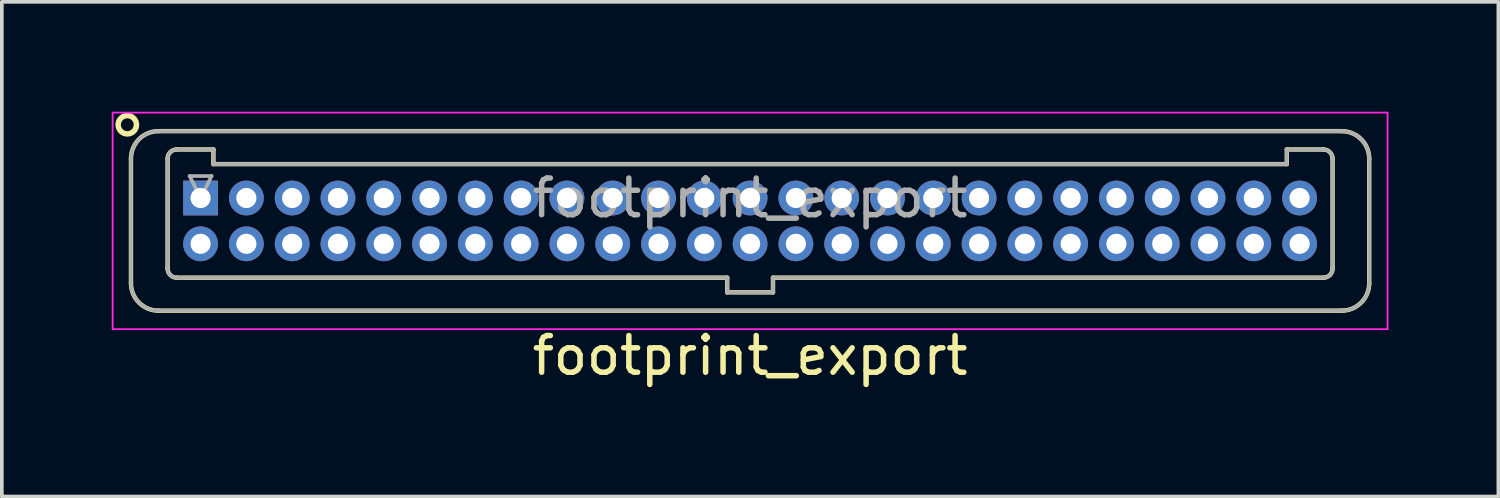
<source format=kicad_pcb>
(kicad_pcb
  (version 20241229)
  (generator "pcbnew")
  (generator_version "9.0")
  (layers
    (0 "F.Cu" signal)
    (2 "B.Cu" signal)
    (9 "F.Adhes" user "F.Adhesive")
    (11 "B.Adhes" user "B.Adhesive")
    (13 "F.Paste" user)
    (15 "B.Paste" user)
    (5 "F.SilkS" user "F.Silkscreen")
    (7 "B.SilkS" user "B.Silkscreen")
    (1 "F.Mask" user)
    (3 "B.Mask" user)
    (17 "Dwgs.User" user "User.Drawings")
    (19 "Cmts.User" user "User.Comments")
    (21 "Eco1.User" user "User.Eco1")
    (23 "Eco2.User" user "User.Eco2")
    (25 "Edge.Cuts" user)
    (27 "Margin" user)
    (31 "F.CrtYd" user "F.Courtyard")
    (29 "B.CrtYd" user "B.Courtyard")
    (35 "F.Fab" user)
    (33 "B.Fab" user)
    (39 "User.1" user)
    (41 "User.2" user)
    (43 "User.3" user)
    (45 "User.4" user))
  (footprint "footprint_export"
    (layer "F.Cu")
    (at 2.425 2.355)
    (property "Reference" "footprint_export" (at 15 4.3 0) (layer "F.SilkS") (effects (font (size 1 1) (thickness 0.15))))
    (attr through_hole)
    (fp_line (start -1.9 -1.075) (end -1.9 2.325) (stroke (width 0.12) (type solid)) (layer "F.SilkS"))
    (fp_line (start -1.15 -1.825) (end 31.15 -1.825) (stroke (width 0.12) (type solid)) (layer "F.SilkS"))
    (fp_line (start -1.15 3.075) (end 31.15 3.075) (stroke (width 0.12) (type solid)) (layer "F.SilkS"))
    (fp_line (start -0.9 -1.075) (end -0.9 1.925) (stroke (width 0.12) (type solid)) (layer "F.SilkS"))
    (fp_line (start -0.65 -1.325) (end 0.35 -1.325) (stroke (width 0.12) (type solid)) (layer "F.SilkS"))
    (fp_line (start -0.65 2.175) (end 14.375 2.175) (stroke (width 0.12) (type solid)) (layer "F.SilkS"))
    (fp_line (start 0.35 -1.325) (end 0.35 -0.925) (stroke (width 0.12) (type solid)) (layer "F.SilkS"))
    (fp_line (start 0.35 -0.925) (end 29.65 -0.925) (stroke (width 0.12) (type solid)) (layer "F.SilkS"))
    (fp_line (start 14.375 2.175) (end 14.375 2.575) (stroke (width 0.12) (type solid)) (layer "F.SilkS"))
    (fp_line (start 14.375 2.575) (end 15.625 2.575) (stroke (width 0.12) (type solid)) (layer "F.SilkS"))
    (fp_line (start 15.625 2.175) (end 30.65 2.175) (stroke (width 0.12) (type solid)) (layer "F.SilkS"))
    (fp_line (start 15.625 2.575) (end 15.625 2.175) (stroke (width 0.12) (type solid)) (layer "F.SilkS"))
    (fp_line (start 29.65 -1.325) (end 30.65 -1.325) (stroke (width 0.12) (type solid)) (layer "F.SilkS"))
    (fp_line (start 29.65 -0.925) (end 29.65 -1.325) (stroke (width 0.12) (type solid)) (layer "F.SilkS"))
    (fp_line (start 30.9 -1.075) (end 30.9 1.925) (stroke (width 0.12) (type solid)) (layer "F.SilkS"))
    (fp_line (start 31.9 -1.075) (end 31.9 2.325) (stroke (width 0.12) (type solid)) (layer "F.SilkS"))
    (fp_arc (start -1.9 -1.075) (mid -1.68033 -1.60533) (end -1.15 -1.825) (stroke (width 0.12) (type solid)) (layer "F.SilkS"))
    (fp_arc (start -1.15 3.075) (mid -1.68033 2.85533) (end -1.9 2.325) (stroke (width 0.12) (type solid)) (layer "F.SilkS"))
    (fp_arc (start -0.9 -1.075) (mid -0.826777 -1.251777) (end -0.65 -1.325) (stroke (width 0.12) (type solid)) (layer "F.SilkS"))
    (fp_arc (start -0.65 2.175) (mid -0.826777 2.101777) (end -0.9 1.925) (stroke (width 0.12) (type solid)) (layer "F.SilkS"))
    (fp_arc (start 30.65 -1.325) (mid 30.826777 -1.251777) (end 30.9 -1.075) (stroke (width 0.12) (type solid)) (layer "F.SilkS"))
    (fp_arc (start 30.9 1.925) (mid 30.826777 2.101777) (end 30.65 2.175) (stroke (width 0.12) (type solid)) (layer "F.SilkS"))
    (fp_arc (start 31.15 -1.825) (mid 31.68033 -1.60533) (end 31.9 -1.075) (stroke (width 0.12) (type solid)) (layer "F.SilkS"))
    (fp_arc (start 31.9 2.325) (mid 31.68033 2.85533) (end 31.15 3.075) (stroke (width 0.12) (type solid)) (layer "F.SilkS"))
    (fp_circle (center -2 -2) (end -1.75 -2) (stroke (width 0.15) (type solid)) (fill no) (layer "F.SilkS"))
    (fp_line (start -2.4 -2.33) (end -2.4 3.58) (stroke (width 0.05) (type solid)) (layer "F.CrtYd"))
    (fp_line (start -2.4 3.58) (end 32.4 3.58) (stroke (width 0.05) (type solid)) (layer "F.CrtYd"))
    (fp_line (start 32.4 -2.33) (end -2.4 -2.33) (stroke (width 0.05) (type solid)) (layer "F.CrtYd"))
    (fp_line (start 32.4 3.58) (end 32.4 -2.33) (stroke (width 0.05) (type solid)) (layer "F.CrtYd"))
    (fp_line (start -1.9 -1.075) (end -1.9 2.325) (stroke (width 0.1) (type solid)) (layer "F.Fab"))
    (fp_line (start -1.15 -1.825) (end 31.15 -1.825) (stroke (width 0.1) (type solid)) (layer "F.Fab"))
    (fp_line (start -1.15 3.075) (end 31.15 3.075) (stroke (width 0.1) (type solid)) (layer "F.Fab"))
    (fp_line (start -0.9 -1.075) (end -0.9 1.925) (stroke (width 0.1) (type solid)) (layer "F.Fab"))
    (fp_line (start -0.65 -1.325) (end 0.35 -1.325) (stroke (width 0.1) (type solid)) (layer "F.Fab"))
    (fp_line (start -0.65 2.175) (end 14.375 2.175) (stroke (width 0.1) (type solid)) (layer "F.Fab"))
    (fp_line (start -0.3 -0.6) (end 0.3 -0.6) (stroke (width 0.1) (type solid)) (layer "F.Fab"))
    (fp_line (start 0 0) (end -0.3 -0.6) (stroke (width 0.1) (type solid)) (layer "F.Fab"))
    (fp_line (start 0.3 -0.6) (end 0 0) (stroke (width 0.1) (type solid)) (layer "F.Fab"))
    (fp_line (start 0.35 -1.325) (end 0.35 -0.925) (stroke (width 0.1) (type solid)) (layer "F.Fab"))
    (fp_line (start 0.35 -0.925) (end 29.65 -0.925) (stroke (width 0.1) (type solid)) (layer "F.Fab"))
    (fp_line (start 14.375 2.175) (end 14.375 2.575) (stroke (width 0.1) (type solid)) (layer "F.Fab"))
    (fp_line (start 14.375 2.575) (end 15.625 2.575) (stroke (width 0.1) (type solid)) (layer "F.Fab"))
    (fp_line (start 15.625 2.175) (end 30.65 2.175) (stroke (width 0.1) (type solid)) (layer "F.Fab"))
    (fp_line (start 15.625 2.575) (end 15.625 2.175) (stroke (width 0.1) (type solid)) (layer "F.Fab"))
    (fp_line (start 29.65 -1.325) (end 30.65 -1.325) (stroke (width 0.1) (type solid)) (layer "F.Fab"))
    (fp_line (start 29.65 -0.925) (end 29.65 -1.325) (stroke (width 0.1) (type solid)) (layer "F.Fab"))
    (fp_line (start 30.9 -1.075) (end 30.9 1.925) (stroke (width 0.1) (type solid)) (layer "F.Fab"))
    (fp_line (start 31.9 -1.075) (end 31.9 2.325) (stroke (width 0.1) (type solid)) (layer "F.Fab"))
    (fp_arc (start -1.9 -1.075) (mid -1.68033 -1.60533) (end -1.15 -1.825) (stroke (width 0.1) (type solid)) (layer "F.Fab"))
    (fp_arc (start -1.15 3.075) (mid -1.68033 2.85533) (end -1.9 2.325) (stroke (width 0.1) (type solid)) (layer "F.Fab"))
    (fp_arc (start -0.9 -1.075) (mid -0.826777 -1.251777) (end -0.65 -1.325) (stroke (width 0.1) (type solid)) (layer "F.Fab"))
    (fp_arc (start -0.65 2.175) (mid -0.826777 2.101777) (end -0.9 1.925) (stroke (width 0.1) (type solid)) (layer "F.Fab"))
    (fp_arc (start 30.65 -1.325) (mid 30.826777 -1.251777) (end 30.9 -1.075) (stroke (width 0.1) (type solid)) (layer "F.Fab"))
    (fp_arc (start 30.9 1.925) (mid 30.826777 2.101777) (end 30.65 2.175) (stroke (width 0.1) (type solid)) (layer "F.Fab"))
    (fp_arc (start 31.15 -1.825) (mid 31.68033 -1.60533) (end 31.9 -1.075) (stroke (width 0.1) (type solid)) (layer "F.Fab"))
    (fp_arc (start 31.9 2.325) (mid 31.68033 2.85533) (end 31.15 3.075) (stroke (width 0.1) (type solid)) (layer "F.Fab"))
    (fp_text user "${REFERENCE}" (at 15 0 0) (layer "F.Fab") (effects (font (size 1 1) (thickness 0.15))))
    (pad "1" thru_hole rect (at 0 0) (size 0.95 0.95) (drill 0.55) (layers "*.Cu" "*.Mask"))
    (pad "2" thru_hole circle (at 0 1.25) (size 0.95 0.95) (drill 0.55) (layers "*.Cu" "*.Mask"))
    (pad "3" thru_hole circle (at 1.25 0) (size 0.95 0.95) (drill 0.55) (layers "*.Cu" "*.Mask"))
    (pad "4" thru_hole circle (at 1.25 1.25) (size 0.95 0.95) (drill 0.55) (layers "*.Cu" "*.Mask"))
    (pad "5" thru_hole circle (at 2.5 0) (size 0.95 0.95) (drill 0.55) (layers "*.Cu" "*.Mask"))
    (pad "6" thru_hole circle (at 2.5 1.25) (size 0.95 0.95) (drill 0.55) (layers "*.Cu" "*.Mask"))
    (pad "7" thru_hole circle (at 3.75 0) (size 0.95 0.95) (drill 0.55) (layers "*.Cu" "*.Mask"))
    (pad "8" thru_hole circle (at 3.75 1.25) (size 0.95 0.95) (drill 0.55) (layers "*.Cu" "*.Mask"))
    (pad "9" thru_hole circle (at 5 0) (size 0.95 0.95) (drill 0.55) (layers "*.Cu" "*.Mask"))
    (pad "10" thru_hole circle (at 5 1.25) (size 0.95 0.95) (drill 0.55) (layers "*.Cu" "*.Mask"))
    (pad "11" thru_hole circle (at 6.25 0) (size 0.95 0.95) (drill 0.55) (layers "*.Cu" "*.Mask"))
    (pad "12" thru_hole circle (at 6.25 1.25) (size 0.95 0.95) (drill 0.55) (layers "*.Cu" "*.Mask"))
    (pad "13" thru_hole circle (at 7.5 0) (size 0.95 0.95) (drill 0.55) (layers "*.Cu" "*.Mask"))
    (pad "14" thru_hole circle (at 7.5 1.25) (size 0.95 0.95) (drill 0.55) (layers "*.Cu" "*.Mask"))
    (pad "15" thru_hole circle (at 8.75 0) (size 0.95 0.95) (drill 0.55) (layers "*.Cu" "*.Mask"))
    (pad "16" thru_hole circle (at 8.75 1.25) (size 0.95 0.95) (drill 0.55) (layers "*.Cu" "*.Mask"))
    (pad "17" thru_hole circle (at 10 0) (size 0.95 0.95) (drill 0.55) (layers "*.Cu" "*.Mask"))
    (pad "18" thru_hole circle (at 10 1.25) (size 0.95 0.95) (drill 0.55) (layers "*.Cu" "*.Mask"))
    (pad "19" thru_hole circle (at 11.25 0) (size 0.95 0.95) (drill 0.55) (layers "*.Cu" "*.Mask"))
    (pad "20" thru_hole circle (at 11.25 1.25) (size 0.95 0.95) (drill 0.55) (layers "*.Cu" "*.Mask"))
    (pad "21" thru_hole circle (at 12.5 0) (size 0.95 0.95) (drill 0.55) (layers "*.Cu" "*.Mask"))
    (pad "22" thru_hole circle (at 12.5 1.25) (size 0.95 0.95) (drill 0.55) (layers "*.Cu" "*.Mask"))
    (pad "23" thru_hole circle (at 13.75 0) (size 0.95 0.95) (drill 0.55) (layers "*.Cu" "*.Mask"))
    (pad "24" thru_hole circle (at 13.75 1.25) (size 0.95 0.95) (drill 0.55) (layers "*.Cu" "*.Mask"))
    (pad "25" thru_hole circle (at 15 0) (size 0.95 0.95) (drill 0.55) (layers "*.Cu" "*.Mask"))
    (pad "26" thru_hole circle (at 15 1.25) (size 0.95 0.95) (drill 0.55) (layers "*.Cu" "*.Mask"))
    (pad "27" thru_hole circle (at 16.25 0) (size 0.95 0.95) (drill 0.55) (layers "*.Cu" "*.Mask"))
    (pad "28" thru_hole circle (at 16.25 1.25) (size 0.95 0.95) (drill 0.55) (layers "*.Cu" "*.Mask"))
    (pad "29" thru_hole circle (at 17.5 0) (size 0.95 0.95) (drill 0.55) (layers "*.Cu" "*.Mask"))
    (pad "30" thru_hole circle (at 17.5 1.25) (size 0.95 0.95) (drill 0.55) (layers "*.Cu" "*.Mask"))
    (pad "31" thru_hole circle (at 18.75 0) (size 0.95 0.95) (drill 0.55) (layers "*.Cu" "*.Mask"))
    (pad "32" thru_hole circle (at 18.75 1.25) (size 0.95 0.95) (drill 0.55) (layers "*.Cu" "*.Mask"))
    (pad "33" thru_hole circle (at 20 0) (size 0.95 0.95) (drill 0.55) (layers "*.Cu" "*.Mask"))
    (pad "34" thru_hole circle (at 20 1.25) (size 0.95 0.95) (drill 0.55) (layers "*.Cu" "*.Mask"))
    (pad "35" thru_hole circle (at 21.25 0) (size 0.95 0.95) (drill 0.55) (layers "*.Cu" "*.Mask"))
    (pad "36" thru_hole circle (at 21.25 1.25) (size 0.95 0.95) (drill 0.55) (layers "*.Cu" "*.Mask"))
    (pad "37" thru_hole circle (at 22.5 0) (size 0.95 0.95) (drill 0.55) (layers "*.Cu" "*.Mask"))
    (pad "38" thru_hole circle (at 22.5 1.25) (size 0.95 0.95) (drill 0.55) (layers "*.Cu" "*.Mask"))
    (pad "39" thru_hole circle (at 23.75 0) (size 0.95 0.95) (drill 0.55) (layers "*.Cu" "*.Mask"))
    (pad "40" thru_hole circle (at 23.75 1.25) (size 0.95 0.95) (drill 0.55) (layers "*.Cu" "*.Mask"))
    (pad "41" thru_hole circle (at 25 0) (size 0.95 0.95) (drill 0.55) (layers "*.Cu" "*.Mask"))
    (pad "42" thru_hole circle (at 25 1.25) (size 0.95 0.95) (drill 0.55) (layers "*.Cu" "*.Mask"))
    (pad "43" thru_hole circle (at 26.25 0) (size 0.95 0.95) (drill 0.55) (layers "*.Cu" "*.Mask"))
    (pad "44" thru_hole circle (at 26.25 1.25) (size 0.95 0.95) (drill 0.55) (layers "*.Cu" "*.Mask"))
    (pad "45" thru_hole circle (at 27.5 0) (size 0.95 0.95) (drill 0.55) (layers "*.Cu" "*.Mask"))
    (pad "46" thru_hole circle (at 27.5 1.25) (size 0.95 0.95) (drill 0.55) (layers "*.Cu" "*.Mask"))
    (pad "47" thru_hole circle (at 28.75 0) (size 0.95 0.95) (drill 0.55) (layers "*.Cu" "*.Mask"))
    (pad "48" thru_hole circle (at 28.75 1.25) (size 0.95 0.95) (drill 0.55) (layers "*.Cu" "*.Mask"))
    (pad "49" thru_hole circle (at 30 0) (size 0.95 0.95) (drill 0.55) (layers "*.Cu" "*.Mask"))
    (pad "50" thru_hole circle (at 30 1.25) (size 0.95 0.95) (drill 0.55) (layers "*.Cu" "*.Mask")))
  (gr_rect
    (start -3 -3)
    (end 37.85 10.503)
    (stroke (width 0.1) (type default))
    (fill no)
    (layer "Edge.Cuts")))
</source>
